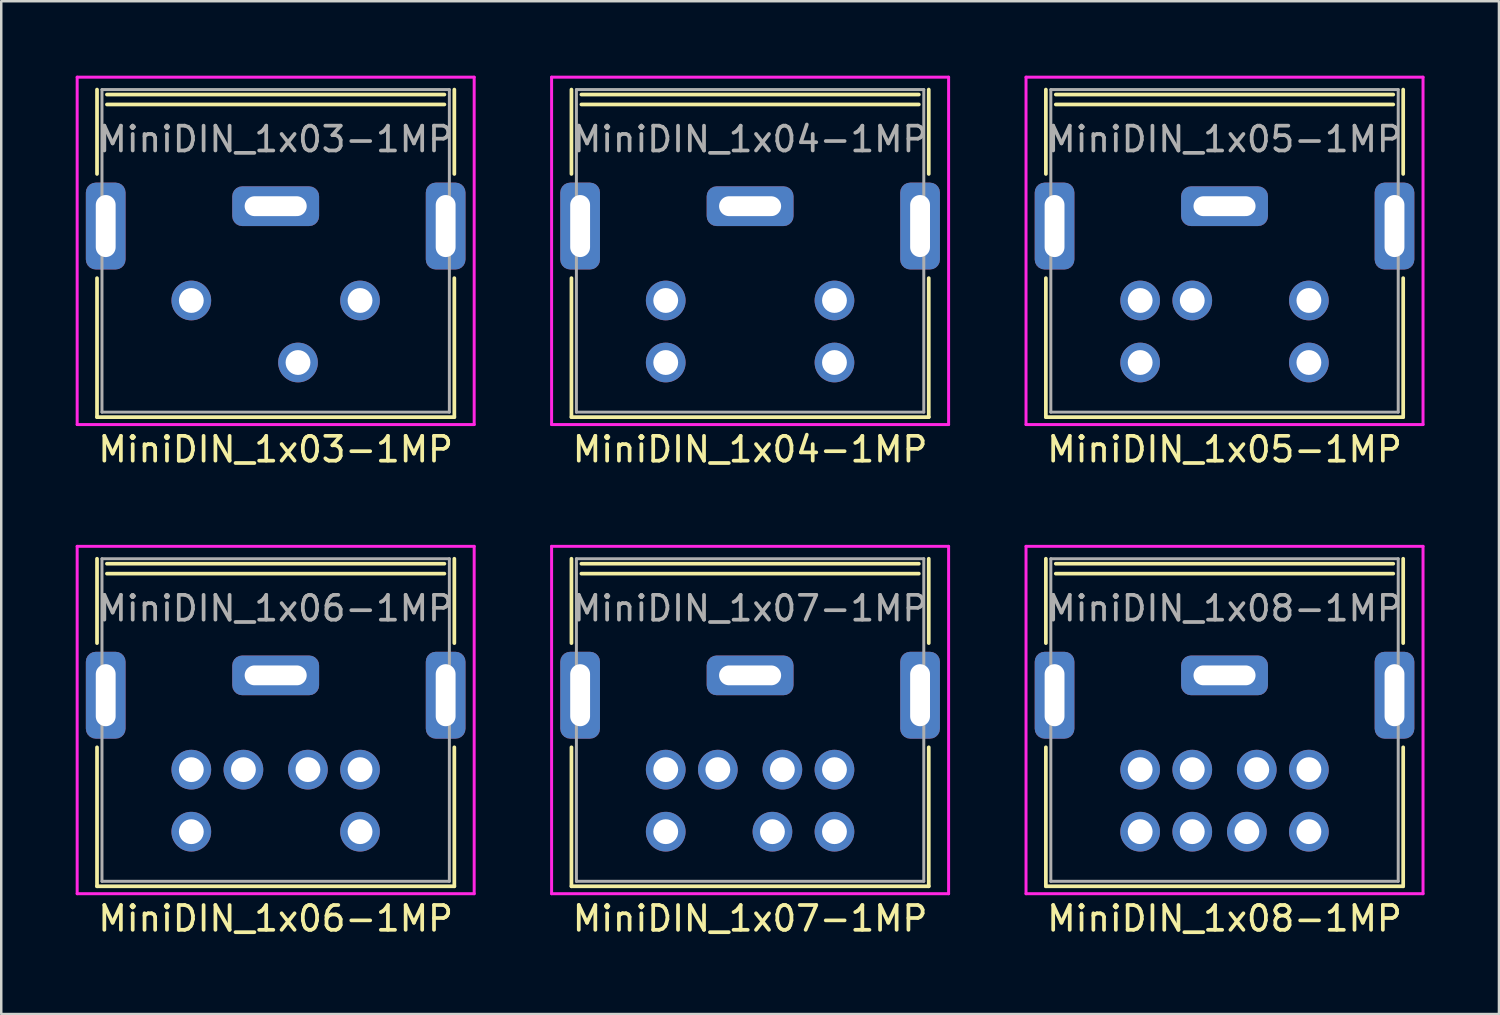
<source format=kicad_pcb>
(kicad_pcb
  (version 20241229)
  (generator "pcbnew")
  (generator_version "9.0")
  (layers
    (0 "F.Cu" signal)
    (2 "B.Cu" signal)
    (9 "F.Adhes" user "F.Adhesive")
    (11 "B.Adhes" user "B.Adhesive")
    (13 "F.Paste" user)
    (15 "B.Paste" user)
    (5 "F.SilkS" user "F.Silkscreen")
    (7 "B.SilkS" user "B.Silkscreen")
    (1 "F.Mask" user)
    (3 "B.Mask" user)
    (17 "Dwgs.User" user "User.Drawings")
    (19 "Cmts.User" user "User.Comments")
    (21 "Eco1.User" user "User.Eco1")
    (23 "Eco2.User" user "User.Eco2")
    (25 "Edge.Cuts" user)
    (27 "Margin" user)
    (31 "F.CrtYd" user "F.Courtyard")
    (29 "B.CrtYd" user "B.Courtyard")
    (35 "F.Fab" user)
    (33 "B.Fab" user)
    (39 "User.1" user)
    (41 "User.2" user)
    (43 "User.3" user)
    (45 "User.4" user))
  (footprint "MiniDIN_1x08-1MP"
    (layer "F.Cu")
    (at 46.3 19.468)
    (property "Reference" "MiniDIN_1x08-1MP" (at 0 14.5 0) (layer "F.SilkS") (effects (font (size 1 1) (thickness 0.15))))
    (attr through_hole)
    (fp_line (start -7.2 3.4) (end -7.2 0) (stroke (width 0.15) (type solid)) (layer "F.SilkS"))
    (fp_line (start -7.2 13.2) (end -7.2 7.6) (stroke (width 0.15) (type solid)) (layer "F.SilkS"))
    (fp_line (start -6.8 0.2) (end 6.8 0.2) (stroke (width 0.15) (type solid)) (layer "F.SilkS"))
    (fp_line (start -6.8 0.6) (end 6.8 0.6) (stroke (width 0.15) (type solid)) (layer "F.SilkS"))
    (fp_line (start 7.2 3.4) (end 7.2 0) (stroke (width 0.15) (type solid)) (layer "F.SilkS"))
    (fp_line (start 7.2 7.6) (end 7.2 13.2) (stroke (width 0.15) (type solid)) (layer "F.SilkS"))
    (fp_line (start 7.2 13.2) (end -7.2 13.2) (stroke (width 0.15) (type solid)) (layer "F.SilkS"))
    (fp_line (start -8 -0.5) (end 8 -0.5) (stroke (width 0.12) (type solid)) (layer "F.CrtYd"))
    (fp_line (start -8 13.5) (end -8 -0.5) (stroke (width 0.12) (type solid)) (layer "F.CrtYd"))
    (fp_line (start 8 -0.5) (end 8 13.5) (stroke (width 0.12) (type solid)) (layer "F.CrtYd"))
    (fp_line (start 8 13.5) (end -8 13.5) (stroke (width 0.12) (type solid)) (layer "F.CrtYd"))
    (fp_line (start -7 0) (end 7 0) (stroke (width 0.12) (type solid)) (layer "F.Fab"))
    (fp_line (start -7 13) (end -7 0) (stroke (width 0.12) (type solid)) (layer "F.Fab"))
    (fp_line (start 7 0) (end 7 13) (stroke (width 0.12) (type solid)) (layer "F.Fab"))
    (fp_line (start 7 13) (end -7 13) (stroke (width 0.12) (type solid)) (layer "F.Fab"))
    (fp_text user "${REFERENCE}" (at 0 2 0) (layer "F.Fab") (effects (font (size 1 1) (thickness 0.15))))
    (pad "1" thru_hole circle (at -1.3 8.5 90) (size 1.6 1.6) (drill 1) (layers "*.Cu" "*.Mask"))
    (pad "2" thru_hole circle (at 1.3 8.5 90) (size 1.6 1.6) (drill 1) (layers "*.Cu" "*.Mask"))
    (pad "3" thru_hole circle (at -3.4 8.5 90) (size 1.6 1.6) (drill 1) (layers "*.Cu" "*.Mask"))
    (pad "4" thru_hole circle (at -1.3 11 90) (size 1.6 1.6) (drill 1) (layers "*.Cu" "*.Mask"))
    (pad "5" thru_hole circle (at 3.4 8.5 90) (size 1.6 1.6) (drill 1) (layers "*.Cu" "*.Mask"))
    (pad "6" thru_hole circle (at -3.4 11 90) (size 1.6 1.6) (drill 1) (layers "*.Cu" "*.Mask"))
    (pad "7" thru_hole circle (at 0.9 11 90) (size 1.6 1.6) (drill 1) (layers "*.Cu" "*.Mask"))
    (pad "8" thru_hole circle (at 3.4 11 90) (size 1.6 1.6) (drill 1) (layers "*.Cu" "*.Mask"))
    (pad "MP" thru_hole roundrect (at -6.85 5.5 90) (size 3.5 1.6) (drill oval 2.5 0.8) (layers "*.Cu" "*.Mask") (roundrect_rratio 0.25))
    (pad "MP" thru_hole roundrect (at 0 4.7) (size 3.5 1.6) (drill oval 2.5 0.8) (layers "*.Cu" "*.Mask") (roundrect_rratio 0.25))
    (pad "MP" thru_hole roundrect (at 6.85 5.5 90) (size 3.5 1.6) (drill oval 2.5 0.8) (layers "*.Cu" "*.Mask") (roundrect_rratio 0.25)))
  (footprint "MiniDIN_1x05-1MP"
    (layer "F.Cu")
    (at 46.3 0.56)
    (property "Reference" "MiniDIN_1x05-1MP" (at 0 14.5 0) (layer "F.SilkS") (effects (font (size 1 1) (thickness 0.15))))
    (attr through_hole)
    (fp_line (start -7.2 3.4) (end -7.2 0) (stroke (width 0.15) (type solid)) (layer "F.SilkS"))
    (fp_line (start -7.2 13.2) (end -7.2 7.6) (stroke (width 0.15) (type solid)) (layer "F.SilkS"))
    (fp_line (start -6.8 0.2) (end 6.8 0.2) (stroke (width 0.15) (type solid)) (layer "F.SilkS"))
    (fp_line (start -6.8 0.6) (end 6.8 0.6) (stroke (width 0.15) (type solid)) (layer "F.SilkS"))
    (fp_line (start 7.2 3.4) (end 7.2 0) (stroke (width 0.15) (type solid)) (layer "F.SilkS"))
    (fp_line (start 7.2 7.6) (end 7.2 13.2) (stroke (width 0.15) (type solid)) (layer "F.SilkS"))
    (fp_line (start 7.2 13.2) (end -7.2 13.2) (stroke (width 0.15) (type solid)) (layer "F.SilkS"))
    (fp_line (start -8 -0.5) (end 8 -0.5) (stroke (width 0.12) (type solid)) (layer "F.CrtYd"))
    (fp_line (start -8 13.5) (end -8 -0.5) (stroke (width 0.12) (type solid)) (layer "F.CrtYd"))
    (fp_line (start 8 -0.5) (end 8 13.5) (stroke (width 0.12) (type solid)) (layer "F.CrtYd"))
    (fp_line (start 8 13.5) (end -8 13.5) (stroke (width 0.12) (type solid)) (layer "F.CrtYd"))
    (fp_line (start -7 0) (end 7 0) (stroke (width 0.12) (type solid)) (layer "F.Fab"))
    (fp_line (start -7 13) (end -7 0) (stroke (width 0.12) (type solid)) (layer "F.Fab"))
    (fp_line (start 7 0) (end 7 13) (stroke (width 0.12) (type solid)) (layer "F.Fab"))
    (fp_line (start 7 13) (end -7 13) (stroke (width 0.12) (type solid)) (layer "F.Fab"))
    (fp_text user "${REFERENCE}" (at 0 2 0) (layer "F.Fab") (effects (font (size 1 1) (thickness 0.15))))
    (pad "1" thru_hole circle (at -1.3 8.5 90) (size 1.6 1.6) (drill 1) (layers "*.Cu" "*.Mask"))
    (pad "2" thru_hole circle (at -3.4 8.5 90) (size 1.6 1.6) (drill 1) (layers "*.Cu" "*.Mask"))
    (pad "3" thru_hole circle (at 3.4 8.5 90) (size 1.6 1.6) (drill 1) (layers "*.Cu" "*.Mask"))
    (pad "4" thru_hole circle (at -3.4 11 90) (size 1.6 1.6) (drill 1) (layers "*.Cu" "*.Mask"))
    (pad "5" thru_hole circle (at 3.4 11 90) (size 1.6 1.6) (drill 1) (layers "*.Cu" "*.Mask"))
    (pad "MP" thru_hole roundrect (at -6.85 5.5 90) (size 3.5 1.6) (drill oval 2.5 0.8) (layers "*.Cu" "*.Mask") (roundrect_rratio 0.25))
    (pad "MP" thru_hole roundrect (at 0 4.7) (size 3.5 1.6) (drill oval 2.5 0.8) (layers "*.Cu" "*.Mask") (roundrect_rratio 0.25))
    (pad "MP" thru_hole roundrect (at 6.85 5.5 90) (size 3.5 1.6) (drill oval 2.5 0.8) (layers "*.Cu" "*.Mask") (roundrect_rratio 0.25)))
  (footprint "MiniDIN_1x06-1MP"
    (layer "F.Cu")
    (at 8.06 19.468)
    (property "Reference" "MiniDIN_1x06-1MP" (at 0 14.5 0) (layer "F.SilkS") (effects (font (size 1 1) (thickness 0.15))))
    (attr through_hole)
    (fp_line (start -7.2 3.4) (end -7.2 0) (stroke (width 0.15) (type solid)) (layer "F.SilkS"))
    (fp_line (start -7.2 13.2) (end -7.2 7.6) (stroke (width 0.15) (type solid)) (layer "F.SilkS"))
    (fp_line (start -6.8 0.2) (end 6.8 0.2) (stroke (width 0.15) (type solid)) (layer "F.SilkS"))
    (fp_line (start -6.8 0.6) (end 6.8 0.6) (stroke (width 0.15) (type solid)) (layer "F.SilkS"))
    (fp_line (start 7.2 3.4) (end 7.2 0) (stroke (width 0.15) (type solid)) (layer "F.SilkS"))
    (fp_line (start 7.2 7.6) (end 7.2 13.2) (stroke (width 0.15) (type solid)) (layer "F.SilkS"))
    (fp_line (start 7.2 13.2) (end -7.2 13.2) (stroke (width 0.15) (type solid)) (layer "F.SilkS"))
    (fp_line (start -8 -0.5) (end 8 -0.5) (stroke (width 0.12) (type solid)) (layer "F.CrtYd"))
    (fp_line (start -8 13.5) (end -8 -0.5) (stroke (width 0.12) (type solid)) (layer "F.CrtYd"))
    (fp_line (start 8 -0.5) (end 8 13.5) (stroke (width 0.12) (type solid)) (layer "F.CrtYd"))
    (fp_line (start 8 13.5) (end -8 13.5) (stroke (width 0.12) (type solid)) (layer "F.CrtYd"))
    (fp_line (start -7 0) (end 7 0) (stroke (width 0.12) (type solid)) (layer "F.Fab"))
    (fp_line (start -7 13) (end -7 0) (stroke (width 0.12) (type solid)) (layer "F.Fab"))
    (fp_line (start 7 0) (end 7 13) (stroke (width 0.12) (type solid)) (layer "F.Fab"))
    (fp_line (start 7 13) (end -7 13) (stroke (width 0.12) (type solid)) (layer "F.Fab"))
    (fp_text user "${REFERENCE}" (at 0 2 0) (layer "F.Fab") (effects (font (size 1 1) (thickness 0.15))))
    (pad "1" thru_hole circle (at -1.3 8.5 90) (size 1.6 1.6) (drill 1) (layers "*.Cu" "*.Mask"))
    (pad "2" thru_hole circle (at 1.3 8.5 90) (size 1.6 1.6) (drill 1) (layers "*.Cu" "*.Mask"))
    (pad "3" thru_hole circle (at -3.4 8.5 90) (size 1.6 1.6) (drill 1) (layers "*.Cu" "*.Mask"))
    (pad "4" thru_hole circle (at 3.4 8.5 90) (size 1.6 1.6) (drill 1) (layers "*.Cu" "*.Mask"))
    (pad "5" thru_hole circle (at -3.4 11 90) (size 1.6 1.6) (drill 1) (layers "*.Cu" "*.Mask"))
    (pad "6" thru_hole circle (at 3.4 11 90) (size 1.6 1.6) (drill 1) (layers "*.Cu" "*.Mask"))
    (pad "MP" thru_hole roundrect (at -6.85 5.5 90) (size 3.5 1.6) (drill oval 2.5 0.8) (layers "*.Cu" "*.Mask") (roundrect_rratio 0.25))
    (pad "MP" thru_hole roundrect (at 0 4.7) (size 3.5 1.6) (drill oval 2.5 0.8) (layers "*.Cu" "*.Mask") (roundrect_rratio 0.25))
    (pad "MP" thru_hole roundrect (at 6.85 5.5 90) (size 3.5 1.6) (drill oval 2.5 0.8) (layers "*.Cu" "*.Mask") (roundrect_rratio 0.25)))
  (footprint "MiniDIN_1x03-1MP"
    (layer "F.Cu")
    (at 8.06 0.56)
    (property "Reference" "MiniDIN_1x03-1MP" (at 0 14.5 0) (layer "F.SilkS") (effects (font (size 1 1) (thickness 0.15))))
    (attr through_hole)
    (fp_line (start -7.2 3.4) (end -7.2 0) (stroke (width 0.15) (type solid)) (layer "F.SilkS"))
    (fp_line (start -7.2 13.2) (end -7.2 7.6) (stroke (width 0.15) (type solid)) (layer "F.SilkS"))
    (fp_line (start -6.8 0.2) (end 6.8 0.2) (stroke (width 0.15) (type solid)) (layer "F.SilkS"))
    (fp_line (start -6.8 0.6) (end 6.8 0.6) (stroke (width 0.15) (type solid)) (layer "F.SilkS"))
    (fp_line (start 7.2 3.4) (end 7.2 0) (stroke (width 0.15) (type solid)) (layer "F.SilkS"))
    (fp_line (start 7.2 7.6) (end 7.2 13.2) (stroke (width 0.15) (type solid)) (layer "F.SilkS"))
    (fp_line (start 7.2 13.2) (end -7.2 13.2) (stroke (width 0.15) (type solid)) (layer "F.SilkS"))
    (fp_line (start -8 -0.5) (end 8 -0.5) (stroke (width 0.12) (type solid)) (layer "F.CrtYd"))
    (fp_line (start -8 13.5) (end -8 -0.5) (stroke (width 0.12) (type solid)) (layer "F.CrtYd"))
    (fp_line (start 8 -0.5) (end 8 13.5) (stroke (width 0.12) (type solid)) (layer "F.CrtYd"))
    (fp_line (start 8 13.5) (end -8 13.5) (stroke (width 0.12) (type solid)) (layer "F.CrtYd"))
    (fp_line (start -7 0) (end 7 0) (stroke (width 0.12) (type solid)) (layer "F.Fab"))
    (fp_line (start -7 13) (end -7 0) (stroke (width 0.12) (type solid)) (layer "F.Fab"))
    (fp_line (start 7 0) (end 7 13) (stroke (width 0.12) (type solid)) (layer "F.Fab"))
    (fp_line (start 7 13) (end -7 13) (stroke (width 0.12) (type solid)) (layer "F.Fab"))
    (fp_text user "${REFERENCE}" (at 0 2 0) (layer "F.Fab") (effects (font (size 1 1) (thickness 0.15))))
    (pad "1" thru_hole circle (at -3.4 8.5 90) (size 1.6 1.6) (drill 1) (layers "*.Cu" "*.Mask"))
    (pad "2" thru_hole circle (at 3.4 8.5 90) (size 1.6 1.6) (drill 1) (layers "*.Cu" "*.Mask"))
    (pad "3" thru_hole circle (at 0.9 11 90) (size 1.6 1.6) (drill 1) (layers "*.Cu" "*.Mask"))
    (pad "MP" thru_hole roundrect (at -6.85 5.5 90) (size 3.5 1.6) (drill oval 2.5 0.8) (layers "*.Cu" "*.Mask") (roundrect_rratio 0.25))
    (pad "MP" thru_hole roundrect (at 0 4.7) (size 3.5 1.6) (drill oval 2.5 0.8) (layers "*.Cu" "*.Mask") (roundrect_rratio 0.25))
    (pad "MP" thru_hole roundrect (at 6.85 5.5 90) (size 3.5 1.6) (drill oval 2.5 0.8) (layers "*.Cu" "*.Mask") (roundrect_rratio 0.25)))
  (footprint "MiniDIN_1x07-1MP"
    (layer "F.Cu")
    (at 27.18 19.468)
    (property "Reference" "MiniDIN_1x07-1MP" (at 0 14.5 0) (layer "F.SilkS") (effects (font (size 1 1) (thickness 0.15))))
    (attr through_hole)
    (fp_line (start -7.2 3.4) (end -7.2 0) (stroke (width 0.15) (type solid)) (layer "F.SilkS"))
    (fp_line (start -7.2 13.2) (end -7.2 7.6) (stroke (width 0.15) (type solid)) (layer "F.SilkS"))
    (fp_line (start -6.8 0.2) (end 6.8 0.2) (stroke (width 0.15) (type solid)) (layer "F.SilkS"))
    (fp_line (start -6.8 0.6) (end 6.8 0.6) (stroke (width 0.15) (type solid)) (layer "F.SilkS"))
    (fp_line (start 7.2 3.4) (end 7.2 0) (stroke (width 0.15) (type solid)) (layer "F.SilkS"))
    (fp_line (start 7.2 7.6) (end 7.2 13.2) (stroke (width 0.15) (type solid)) (layer "F.SilkS"))
    (fp_line (start 7.2 13.2) (end -7.2 13.2) (stroke (width 0.15) (type solid)) (layer "F.SilkS"))
    (fp_line (start -8 -0.5) (end 8 -0.5) (stroke (width 0.12) (type solid)) (layer "F.CrtYd"))
    (fp_line (start -8 13.5) (end -8 -0.5) (stroke (width 0.12) (type solid)) (layer "F.CrtYd"))
    (fp_line (start 8 -0.5) (end 8 13.5) (stroke (width 0.12) (type solid)) (layer "F.CrtYd"))
    (fp_line (start 8 13.5) (end -8 13.5) (stroke (width 0.12) (type solid)) (layer "F.CrtYd"))
    (fp_line (start -7 0) (end 7 0) (stroke (width 0.12) (type solid)) (layer "F.Fab"))
    (fp_line (start -7 13) (end -7 0) (stroke (width 0.12) (type solid)) (layer "F.Fab"))
    (fp_line (start 7 0) (end 7 13) (stroke (width 0.12) (type solid)) (layer "F.Fab"))
    (fp_line (start 7 13) (end -7 13) (stroke (width 0.12) (type solid)) (layer "F.Fab"))
    (fp_text user "${REFERENCE}" (at 0 2 0) (layer "F.Fab") (effects (font (size 1 1) (thickness 0.15))))
    (pad "1" thru_hole circle (at -1.3 8.5 90) (size 1.6 1.6) (drill 1) (layers "*.Cu" "*.Mask"))
    (pad "2" thru_hole circle (at 1.3 8.5 90) (size 1.6 1.6) (drill 1) (layers "*.Cu" "*.Mask"))
    (pad "3" thru_hole circle (at -3.4 8.5 90) (size 1.6 1.6) (drill 1) (layers "*.Cu" "*.Mask"))
    (pad "4" thru_hole circle (at 3.4 8.5 90) (size 1.6 1.6) (drill 1) (layers "*.Cu" "*.Mask"))
    (pad "5" thru_hole circle (at -3.4 11 90) (size 1.6 1.6) (drill 1) (layers "*.Cu" "*.Mask"))
    (pad "6" thru_hole circle (at 0.9 11 90) (size 1.6 1.6) (drill 1) (layers "*.Cu" "*.Mask"))
    (pad "7" thru_hole circle (at 3.4 11 90) (size 1.6 1.6) (drill 1) (layers "*.Cu" "*.Mask"))
    (pad "MP" thru_hole roundrect (at -6.85 5.5 90) (size 3.5 1.6) (drill oval 2.5 0.8) (layers "*.Cu" "*.Mask") (roundrect_rratio 0.25))
    (pad "MP" thru_hole roundrect (at 0 4.7) (size 3.5 1.6) (drill oval 2.5 0.8) (layers "*.Cu" "*.Mask") (roundrect_rratio 0.25))
    (pad "MP" thru_hole roundrect (at 6.85 5.5 90) (size 3.5 1.6) (drill oval 2.5 0.8) (layers "*.Cu" "*.Mask") (roundrect_rratio 0.25)))
  (footprint "MiniDIN_1x04-1MP"
    (layer "F.Cu")
    (at 27.18 0.56)
    (property "Reference" "MiniDIN_1x04-1MP" (at 0 14.5 0) (layer "F.SilkS") (effects (font (size 1 1) (thickness 0.15))))
    (attr through_hole)
    (fp_line (start -7.2 3.4) (end -7.2 0) (stroke (width 0.15) (type solid)) (layer "F.SilkS"))
    (fp_line (start -7.2 13.2) (end -7.2 7.6) (stroke (width 0.15) (type solid)) (layer "F.SilkS"))
    (fp_line (start -6.8 0.2) (end 6.8 0.2) (stroke (width 0.15) (type solid)) (layer "F.SilkS"))
    (fp_line (start -6.8 0.6) (end 6.8 0.6) (stroke (width 0.15) (type solid)) (layer "F.SilkS"))
    (fp_line (start 7.2 3.4) (end 7.2 0) (stroke (width 0.15) (type solid)) (layer "F.SilkS"))
    (fp_line (start 7.2 7.6) (end 7.2 13.2) (stroke (width 0.15) (type solid)) (layer "F.SilkS"))
    (fp_line (start 7.2 13.2) (end -7.2 13.2) (stroke (width 0.15) (type solid)) (layer "F.SilkS"))
    (fp_line (start -8 -0.5) (end 8 -0.5) (stroke (width 0.12) (type solid)) (layer "F.CrtYd"))
    (fp_line (start -8 13.5) (end -8 -0.5) (stroke (width 0.12) (type solid)) (layer "F.CrtYd"))
    (fp_line (start 8 -0.5) (end 8 13.5) (stroke (width 0.12) (type solid)) (layer "F.CrtYd"))
    (fp_line (start 8 13.5) (end -8 13.5) (stroke (width 0.12) (type solid)) (layer "F.CrtYd"))
    (fp_line (start -7 0) (end 7 0) (stroke (width 0.12) (type solid)) (layer "F.Fab"))
    (fp_line (start -7 13) (end -7 0) (stroke (width 0.12) (type solid)) (layer "F.Fab"))
    (fp_line (start 7 0) (end 7 13) (stroke (width 0.12) (type solid)) (layer "F.Fab"))
    (fp_line (start 7 13) (end -7 13) (stroke (width 0.12) (type solid)) (layer "F.Fab"))
    (fp_text user "${REFERENCE}" (at 0 2 0) (layer "F.Fab") (effects (font (size 1 1) (thickness 0.15))))
    (pad "1" thru_hole circle (at -3.4 8.5 90) (size 1.6 1.6) (drill 1) (layers "*.Cu" "*.Mask"))
    (pad "2" thru_hole circle (at 3.4 8.5 90) (size 1.6 1.6) (drill 1) (layers "*.Cu" "*.Mask"))
    (pad "3" thru_hole circle (at -3.4 11 90) (size 1.6 1.6) (drill 1) (layers "*.Cu" "*.Mask"))
    (pad "4" thru_hole circle (at 3.4 11 90) (size 1.6 1.6) (drill 1) (layers "*.Cu" "*.Mask"))
    (pad "MP" thru_hole roundrect (at -6.85 5.5 90) (size 3.5 1.6) (drill oval 2.5 0.8) (layers "*.Cu" "*.Mask") (roundrect_rratio 0.25))
    (pad "MP" thru_hole roundrect (at 0 4.7) (size 3.5 1.6) (drill oval 2.5 0.8) (layers "*.Cu" "*.Mask") (roundrect_rratio 0.25))
    (pad "MP" thru_hole roundrect (at 6.85 5.5 90) (size 3.5 1.6) (drill oval 2.5 0.8) (layers "*.Cu" "*.Mask") (roundrect_rratio 0.25)))
  (gr_rect
    (start -3 -3)
    (end 57.36 37.816)
    (stroke (width 0.1) (type default))
    (fill no)
    (layer "Edge.Cuts")))
</source>
